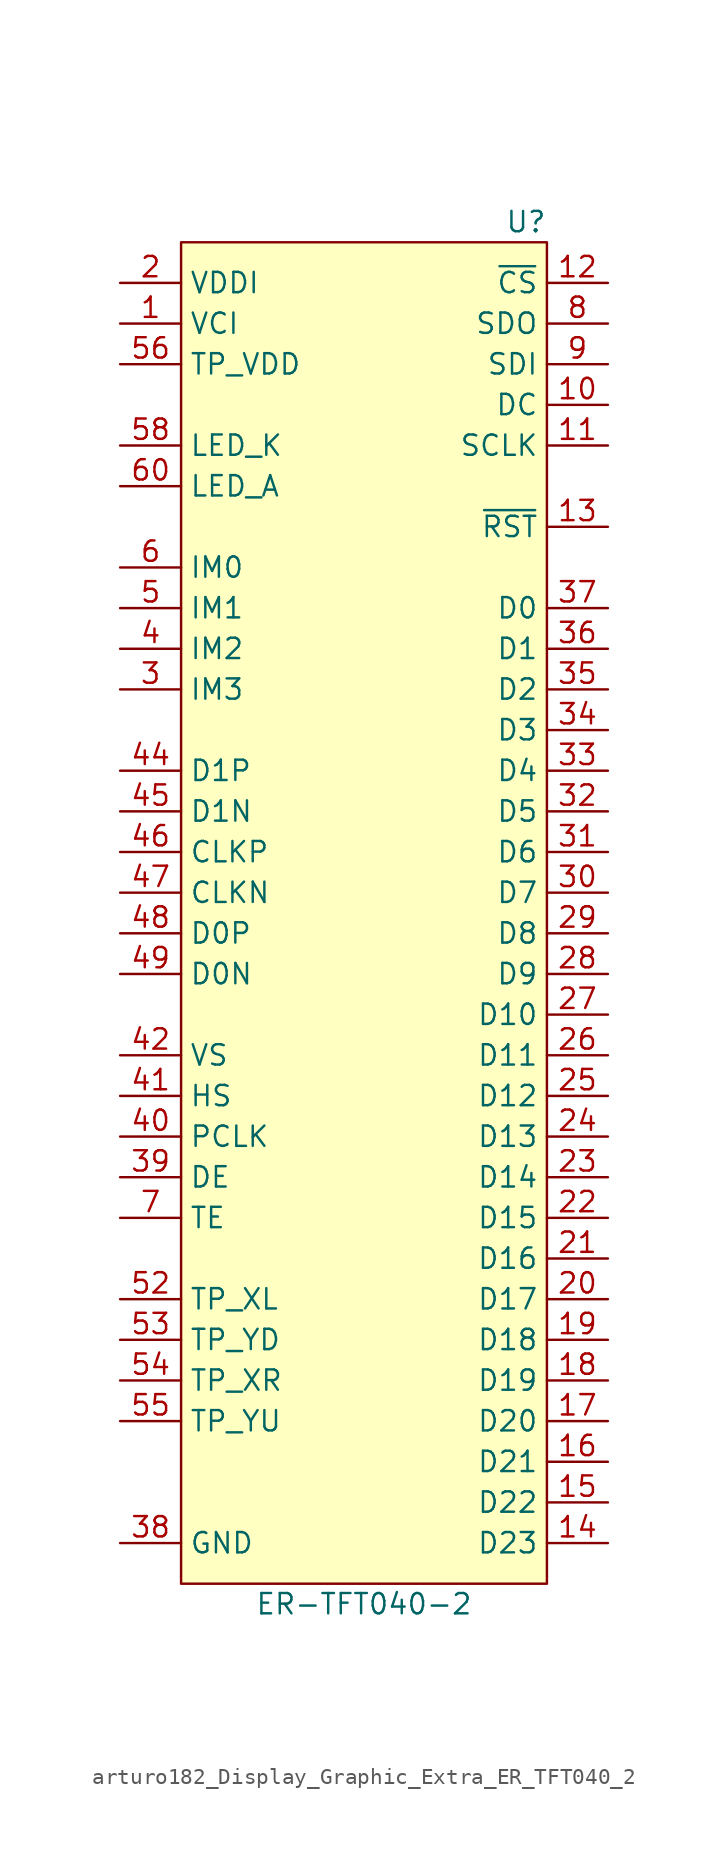
<source format=kicad_sym>
(kicad_symbol_lib
  (version 20220914)
  (generator kicad_symbol_editor)
  (symbol "arturo182_Display_Graphic_Extra_ER_TFT040_2"
    (property "Reference" "U"
      (at 11.43 41.91 0)
      (effects (font (size 1.27 1.27)) (justify right)))
    (property "Value" "ER-TFT040-2"
      (at 0 -44.45 0)
      (effects (font (size 1.27 1.27))))
    (symbol "arturo182_Display_Graphic_Extra_ER_TFT040_2_0_1"
      (rectangle (start -11.43 40.64) (end 11.43 -43.18) (stroke (width 0) (type default)) (fill (type background))))
    (symbol "arturo182_Display_Graphic_Extra_ER_TFT040_2_1_1"
      (pin power_in line (at -15.24 35.56 0) (length 3.81) (name "VCI" (effects (font (size 1.27 1.27)))) (number "1" (effects (font (size 1.27 1.27)))))
      (pin input line (at 15.24 30.48 180) (length 3.81) (name "DC" (effects (font (size 1.27 1.27)))) (number "10" (effects (font (size 1.27 1.27)))))
      (pin input line (at 15.24 27.94 180) (length 3.81) (name "SCLK" (effects (font (size 1.27 1.27)))) (number "11" (effects (font (size 1.27 1.27)))))
      (pin input line (at 15.24 38.1 180) (length 3.81) (name "~{CS}" (effects (font (size 1.27 1.27)))) (number "12" (effects (font (size 1.27 1.27)))))
      (pin input line (at 15.24 22.86 180) (length 3.81) (name "~{RST}" (effects (font (size 1.27 1.27)))) (number "13" (effects (font (size 1.27 1.27)))))
      (pin input line (at 15.24 -40.64 180) (length 3.81) (name "D23" (effects (font (size 1.27 1.27)))) (number "14" (effects (font (size 1.27 1.27)))))
      (pin input line (at 15.24 -38.1 180) (length 3.81) (name "D22" (effects (font (size 1.27 1.27)))) (number "15" (effects (font (size 1.27 1.27)))))
      (pin input line (at 15.24 -35.56 180) (length 3.81) (name "D21" (effects (font (size 1.27 1.27)))) (number "16" (effects (font (size 1.27 1.27)))))
      (pin input line (at 15.24 -33.02 180) (length 3.81) (name "D20" (effects (font (size 1.27 1.27)))) (number "17" (effects (font (size 1.27 1.27)))))
      (pin input line (at 15.24 -30.48 180) (length 3.81) (name "D19" (effects (font (size 1.27 1.27)))) (number "18" (effects (font (size 1.27 1.27)))))
      (pin input line (at 15.24 -27.94 180) (length 3.81) (name "D18" (effects (font (size 1.27 1.27)))) (number "19" (effects (font (size 1.27 1.27)))))
      (pin power_in line (at -15.24 38.1 0) (length 3.81) (name "VDDI" (effects (font (size 1.27 1.27)))) (number "2" (effects (font (size 1.27 1.27)))))
      (pin input line (at 15.24 -25.4 180) (length 3.81) (name "D17" (effects (font (size 1.27 1.27)))) (number "20" (effects (font (size 1.27 1.27)))))
      (pin input line (at 15.24 -22.86 180) (length 3.81) (name "D16" (effects (font (size 1.27 1.27)))) (number "21" (effects (font (size 1.27 1.27)))))
      (pin input line (at 15.24 -20.32 180) (length 3.81) (name "D15" (effects (font (size 1.27 1.27)))) (number "22" (effects (font (size 1.27 1.27)))))
      (pin input line (at 15.24 -17.78 180) (length 3.81) (name "D14" (effects (font (size 1.27 1.27)))) (number "23" (effects (font (size 1.27 1.27)))))
      (pin input line (at 15.24 -15.24 180) (length 3.81) (name "D13" (effects (font (size 1.27 1.27)))) (number "24" (effects (font (size 1.27 1.27)))))
      (pin input line (at 15.24 -12.7 180) (length 3.81) (name "D12" (effects (font (size 1.27 1.27)))) (number "25" (effects (font (size 1.27 1.27)))))
      (pin input line (at 15.24 -10.16 180) (length 3.81) (name "D11" (effects (font (size 1.27 1.27)))) (number "26" (effects (font (size 1.27 1.27)))))
      (pin input line (at 15.24 -7.62 180) (length 3.81) (name "D10" (effects (font (size 1.27 1.27)))) (number "27" (effects (font (size 1.27 1.27)))))
      (pin input line (at 15.24 -5.08 180) (length 3.81) (name "D9" (effects (font (size 1.27 1.27)))) (number "28" (effects (font (size 1.27 1.27)))))
      (pin input line (at 15.24 -2.54 180) (length 3.81) (name "D8" (effects (font (size 1.27 1.27)))) (number "29" (effects (font (size 1.27 1.27)))))
      (pin input line (at -15.24 12.7 0) (length 3.81) (name "IM3" (effects (font (size 1.27 1.27)))) (number "3" (effects (font (size 1.27 1.27)))))
      (pin input line (at 15.24 0 180) (length 3.81) (name "D7" (effects (font (size 1.27 1.27)))) (number "30" (effects (font (size 1.27 1.27)))))
      (pin input line (at 15.24 2.54 180) (length 3.81) (name "D6" (effects (font (size 1.27 1.27)))) (number "31" (effects (font (size 1.27 1.27)))))
      (pin input line (at 15.24 5.08 180) (length 3.81) (name "D5" (effects (font (size 1.27 1.27)))) (number "32" (effects (font (size 1.27 1.27)))))
      (pin input line (at 15.24 7.62 180) (length 3.81) (name "D4" (effects (font (size 1.27 1.27)))) (number "33" (effects (font (size 1.27 1.27)))))
      (pin input line (at 15.24 10.16 180) (length 3.81) (name "D3" (effects (font (size 1.27 1.27)))) (number "34" (effects (font (size 1.27 1.27)))))
      (pin input line (at 15.24 12.7 180) (length 3.81) (name "D2" (effects (font (size 1.27 1.27)))) (number "35" (effects (font (size 1.27 1.27)))))
      (pin input line (at 15.24 15.24 180) (length 3.81) (name "D1" (effects (font (size 1.27 1.27)))) (number "36" (effects (font (size 1.27 1.27)))))
      (pin input line (at 15.24 17.78 180) (length 3.81) (name "D0" (effects (font (size 1.27 1.27)))) (number "37" (effects (font (size 1.27 1.27)))))
      (pin input line (at -15.24 -40.64 0) (length 3.81) (name "GND" (effects (font (size 1.27 1.27)))) (number "38" (effects (font (size 1.27 1.27)))))
      (pin input line (at -15.24 -17.78 0) (length 3.81) (name "DE" (effects (font (size 1.27 1.27)))) (number "39" (effects (font (size 1.27 1.27)))))
      (pin input line (at -15.24 15.24 0) (length 3.81) (name "IM2" (effects (font (size 1.27 1.27)))) (number "4" (effects (font (size 1.27 1.27)))))
      (pin input line (at -15.24 -15.24 0) (length 3.81) (name "PCLK" (effects (font (size 1.27 1.27)))) (number "40" (effects (font (size 1.27 1.27)))))
      (pin input line (at -15.24 -12.7 0) (length 3.81) (name "HS" (effects (font (size 1.27 1.27)))) (number "41" (effects (font (size 1.27 1.27)))))
      (pin input line (at -15.24 -10.16 0) (length 3.81) (name "VS" (effects (font (size 1.27 1.27)))) (number "42" (effects (font (size 1.27 1.27)))))
      (pin passive line (at -15.24 -40.64 0) (length 3.81) hide (name "GND" (effects (font (size 1.27 1.27)))) (number "43" (effects (font (size 1.27 1.27)))))
      (pin bidirectional line (at -15.24 7.62 0) (length 3.81) (name "D1P" (effects (font (size 1.27 1.27)))) (number "44" (effects (font (size 1.27 1.27)))))
      (pin bidirectional line (at -15.24 5.08 0) (length 3.81) (name "D1N" (effects (font (size 1.27 1.27)))) (number "45" (effects (font (size 1.27 1.27)))))
      (pin input line (at -15.24 2.54 0) (length 3.81) (name "CLKP" (effects (font (size 1.27 1.27)))) (number "46" (effects (font (size 1.27 1.27)))))
      (pin input line (at -15.24 0 0) (length 3.81) (name "CLKN" (effects (font (size 1.27 1.27)))) (number "47" (effects (font (size 1.27 1.27)))))
      (pin bidirectional line (at -15.24 -2.54 0) (length 3.81) (name "D0P" (effects (font (size 1.27 1.27)))) (number "48" (effects (font (size 1.27 1.27)))))
      (pin bidirectional line (at -15.24 -5.08 0) (length 3.81) (name "D0N" (effects (font (size 1.27 1.27)))) (number "49" (effects (font (size 1.27 1.27)))))
      (pin input line (at -15.24 17.78 0) (length 3.81) (name "IM1" (effects (font (size 1.27 1.27)))) (number "5" (effects (font (size 1.27 1.27)))))
      (pin passive line (at -15.24 -40.64 0) (length 3.81) hide (name "GND" (effects (font (size 1.27 1.27)))) (number "50" (effects (font (size 1.27 1.27)))))
      (pin no_connect line (at -15.24 -35.56 0) (length 3.81) hide (name "NC" (effects (font (size 1.27 1.27)))) (number "51" (effects (font (size 1.27 1.27)))))
      (pin output line (at -15.24 -25.4 0) (length 3.81) (name "TP_XL" (effects (font (size 1.27 1.27)))) (number "52" (effects (font (size 1.27 1.27)))))
      (pin output line (at -15.24 -27.94 0) (length 3.81) (name "TP_YD" (effects (font (size 1.27 1.27)))) (number "53" (effects (font (size 1.27 1.27)))))
      (pin output line (at -15.24 -30.48 0) (length 3.81) (name "TP_XR" (effects (font (size 1.27 1.27)))) (number "54" (effects (font (size 1.27 1.27)))))
      (pin output line (at -15.24 -33.02 0) (length 3.81) (name "TP_YU" (effects (font (size 1.27 1.27)))) (number "55" (effects (font (size 1.27 1.27)))))
      (pin power_in line (at -15.24 33.02 0) (length 3.81) (name "TP_VDD" (effects (font (size 1.27 1.27)))) (number "56" (effects (font (size 1.27 1.27)))))
      (pin passive line (at -15.24 -40.64 0) (length 3.81) hide (name "GND" (effects (font (size 1.27 1.27)))) (number "57" (effects (font (size 1.27 1.27)))))
      (pin power_in line (at -15.24 27.94 0) (length 3.81) (name "LED_K" (effects (font (size 1.27 1.27)))) (number "58" (effects (font (size 1.27 1.27)))))
      (pin passive line (at -15.24 27.94 0) (length 3.81) hide (name "LED_K" (effects (font (size 1.27 1.27)))) (number "59" (effects (font (size 1.27 1.27)))))
      (pin input line (at -15.24 20.32 0) (length 3.81) (name "IM0" (effects (font (size 1.27 1.27)))) (number "6" (effects (font (size 1.27 1.27)))))
      (pin power_in line (at -15.24 25.4 0) (length 3.81) (name "LED_A" (effects (font (size 1.27 1.27)))) (number "60" (effects (font (size 1.27 1.27)))))
      (pin input line (at -15.24 -20.32 0) (length 3.81) (name "TE" (effects (font (size 1.27 1.27)))) (number "7" (effects (font (size 1.27 1.27)))))
      (pin output line (at 15.24 35.56 180) (length 3.81) (name "SDO" (effects (font (size 1.27 1.27)))) (number "8" (effects (font (size 1.27 1.27)))))
      (pin input line (at 15.24 33.02 180) (length 3.81) (name "SDI" (effects (font (size 1.27 1.27)))) (number "9" (effects (font (size 1.27 1.27))))))))
</source>
